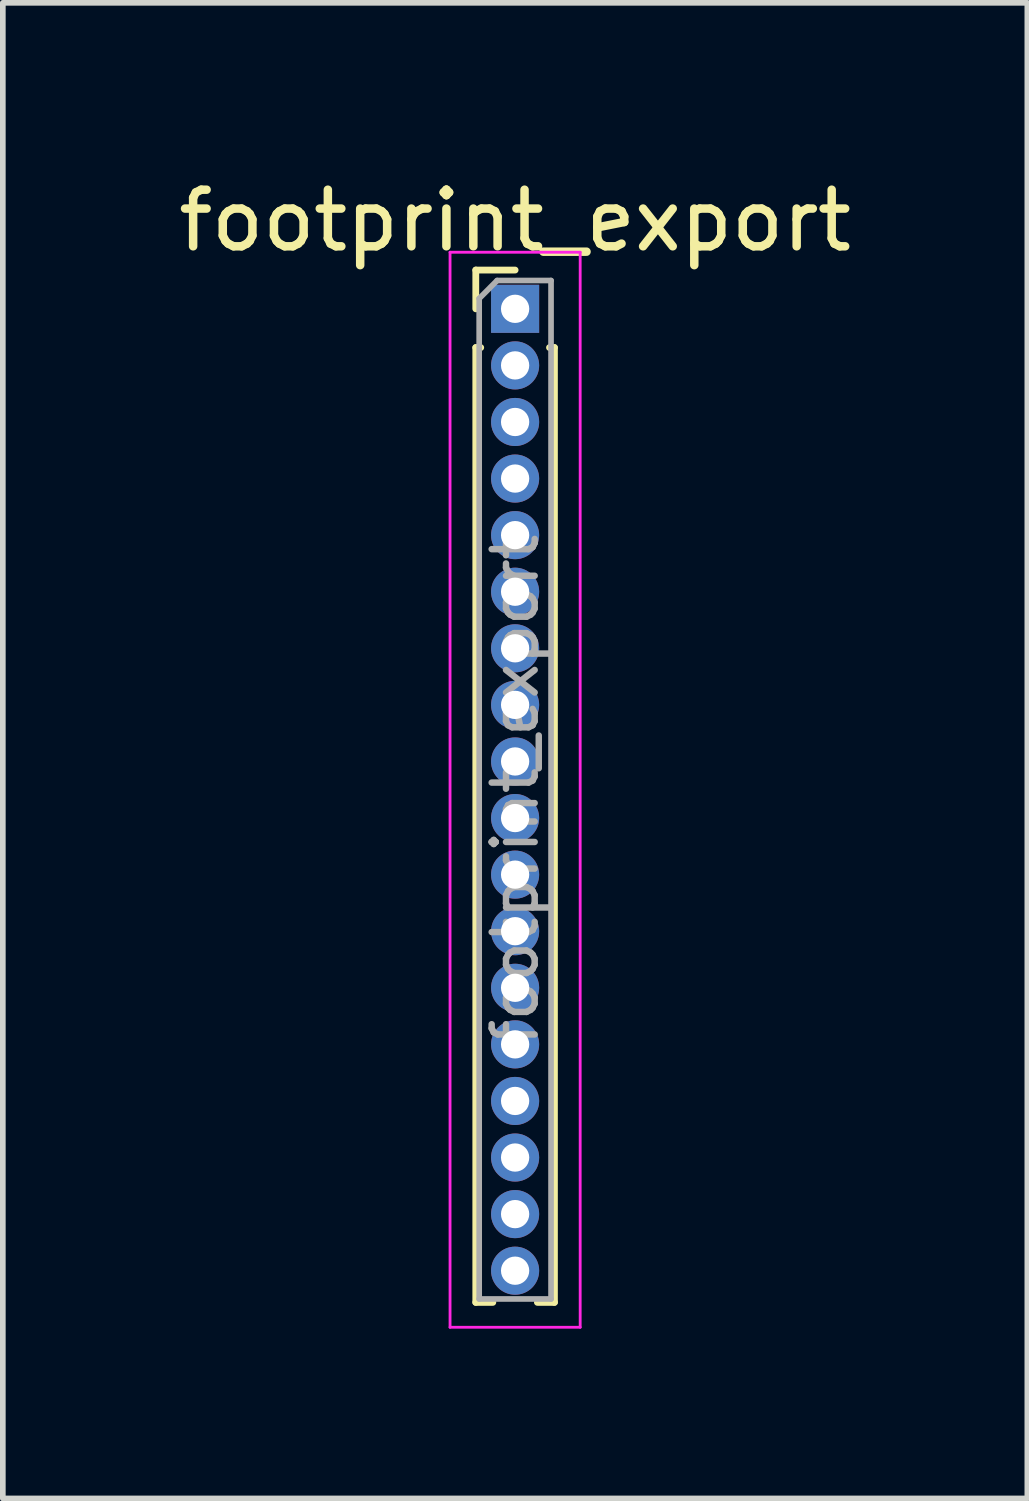
<source format=kicad_pcb>
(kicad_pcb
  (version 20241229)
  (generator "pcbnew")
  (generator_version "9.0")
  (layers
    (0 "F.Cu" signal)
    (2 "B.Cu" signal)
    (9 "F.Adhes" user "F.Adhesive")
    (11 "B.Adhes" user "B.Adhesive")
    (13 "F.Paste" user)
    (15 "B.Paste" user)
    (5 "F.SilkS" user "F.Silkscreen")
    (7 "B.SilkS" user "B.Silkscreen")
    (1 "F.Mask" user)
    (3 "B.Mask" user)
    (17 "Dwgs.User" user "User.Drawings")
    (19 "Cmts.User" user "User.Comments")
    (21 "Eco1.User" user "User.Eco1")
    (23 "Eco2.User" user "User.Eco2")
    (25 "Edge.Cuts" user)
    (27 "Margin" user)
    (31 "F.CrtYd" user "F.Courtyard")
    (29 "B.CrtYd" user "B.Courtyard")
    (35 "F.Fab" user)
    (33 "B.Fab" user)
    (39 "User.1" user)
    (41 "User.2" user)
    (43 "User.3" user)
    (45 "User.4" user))
  (footprint "footprint_export"
    (layer "F.Cu")
    (at 6.054 2.408)
    (property "Reference" "footprint_export" (at 0 -1.56 0) (layer "F.SilkS") (effects (font (size 1 1) (thickness 0.15))))
    (attr through_hole)
    (fp_line (start -0.695 -0.685) (end 0 -0.685) (stroke (width 0.12) (type solid)) (layer "F.SilkS"))
    (fp_line (start -0.695 0) (end -0.695 -0.685) (stroke (width 0.12) (type solid)) (layer "F.SilkS"))
    (fp_line (start -0.695 0.685) (end -0.695 17.56) (stroke (width 0.12) (type solid)) (layer "F.SilkS"))
    (fp_line (start -0.695 0.685) (end -0.608 0.685) (stroke (width 0.12) (type solid)) (layer "F.SilkS"))
    (fp_line (start -0.695 17.56) (end -0.394 17.56) (stroke (width 0.12) (type solid)) (layer "F.SilkS"))
    (fp_line (start 0.394 17.56) (end 0.695 17.56) (stroke (width 0.12) (type solid)) (layer "F.SilkS"))
    (fp_line (start 0.608 0.685) (end 0.695 0.685) (stroke (width 0.12) (type solid)) (layer "F.SilkS"))
    (fp_line (start 0.695 0.685) (end 0.695 17.56) (stroke (width 0.12) (type solid)) (layer "F.SilkS"))
    (fp_line (start -1.15 -1) (end -1.15 18) (stroke (width 0.05) (type solid)) (layer "F.CrtYd"))
    (fp_line (start -1.15 18) (end 1.15 18) (stroke (width 0.05) (type solid)) (layer "F.CrtYd"))
    (fp_line (start 1.15 -1) (end -1.15 -1) (stroke (width 0.05) (type solid)) (layer "F.CrtYd"))
    (fp_line (start 1.15 18) (end 1.15 -1) (stroke (width 0.05) (type solid)) (layer "F.CrtYd"))
    (fp_line (start -0.635 -0.182) (end -0.318 -0.5) (stroke (width 0.1) (type solid)) (layer "F.Fab"))
    (fp_line (start -0.635 17.5) (end -0.635 -0.182) (stroke (width 0.1) (type solid)) (layer "F.Fab"))
    (fp_line (start -0.318 -0.5) (end 0.635 -0.5) (stroke (width 0.1) (type solid)) (layer "F.Fab"))
    (fp_line (start 0.635 -0.5) (end 0.635 17.5) (stroke (width 0.1) (type solid)) (layer "F.Fab"))
    (fp_line (start 0.635 17.5) (end -0.635 17.5) (stroke (width 0.1) (type solid)) (layer "F.Fab"))
    (fp_text user "${REFERENCE}" (at 0 8.5 90) (layer "F.Fab") (effects (font (size 0.76 0.76) (thickness 0.114))))
    (pad "1" thru_hole rect (at 0 0) (size 0.85 0.85) (drill 0.5) (layers "*.Cu" "*.Mask"))
    (pad "2" thru_hole oval (at 0 1) (size 0.85 0.85) (drill 0.5) (layers "*.Cu" "*.Mask"))
    (pad "3" thru_hole oval (at 0 2) (size 0.85 0.85) (drill 0.5) (layers "*.Cu" "*.Mask"))
    (pad "4" thru_hole oval (at 0 3) (size 0.85 0.85) (drill 0.5) (layers "*.Cu" "*.Mask"))
    (pad "5" thru_hole oval (at 0 4) (size 0.85 0.85) (drill 0.5) (layers "*.Cu" "*.Mask"))
    (pad "6" thru_hole oval (at 0 5) (size 0.85 0.85) (drill 0.5) (layers "*.Cu" "*.Mask"))
    (pad "7" thru_hole oval (at 0 6) (size 0.85 0.85) (drill 0.5) (layers "*.Cu" "*.Mask"))
    (pad "8" thru_hole oval (at 0 7) (size 0.85 0.85) (drill 0.5) (layers "*.Cu" "*.Mask"))
    (pad "9" thru_hole oval (at 0 8) (size 0.85 0.85) (drill 0.5) (layers "*.Cu" "*.Mask"))
    (pad "10" thru_hole oval (at 0 9) (size 0.85 0.85) (drill 0.5) (layers "*.Cu" "*.Mask"))
    (pad "11" thru_hole oval (at 0 10) (size 0.85 0.85) (drill 0.5) (layers "*.Cu" "*.Mask"))
    (pad "12" thru_hole oval (at 0 11) (size 0.85 0.85) (drill 0.5) (layers "*.Cu" "*.Mask"))
    (pad "13" thru_hole oval (at 0 12) (size 0.85 0.85) (drill 0.5) (layers "*.Cu" "*.Mask"))
    (pad "14" thru_hole oval (at 0 13) (size 0.85 0.85) (drill 0.5) (layers "*.Cu" "*.Mask"))
    (pad "15" thru_hole oval (at 0 14) (size 0.85 0.85) (drill 0.5) (layers "*.Cu" "*.Mask"))
    (pad "16" thru_hole oval (at 0 15) (size 0.85 0.85) (drill 0.5) (layers "*.Cu" "*.Mask"))
    (pad "17" thru_hole oval (at 0 16) (size 0.85 0.85) (drill 0.5) (layers "*.Cu" "*.Mask"))
    (pad "18" thru_hole oval (at 0 17) (size 0.85 0.85) (drill 0.5) (layers "*.Cu" "*.Mask")))
  (gr_rect
    (start -3 -3)
    (end 15.107 23.433)
    (stroke (width 0.1) (type default))
    (fill no)
    (layer "Edge.Cuts")))
</source>
